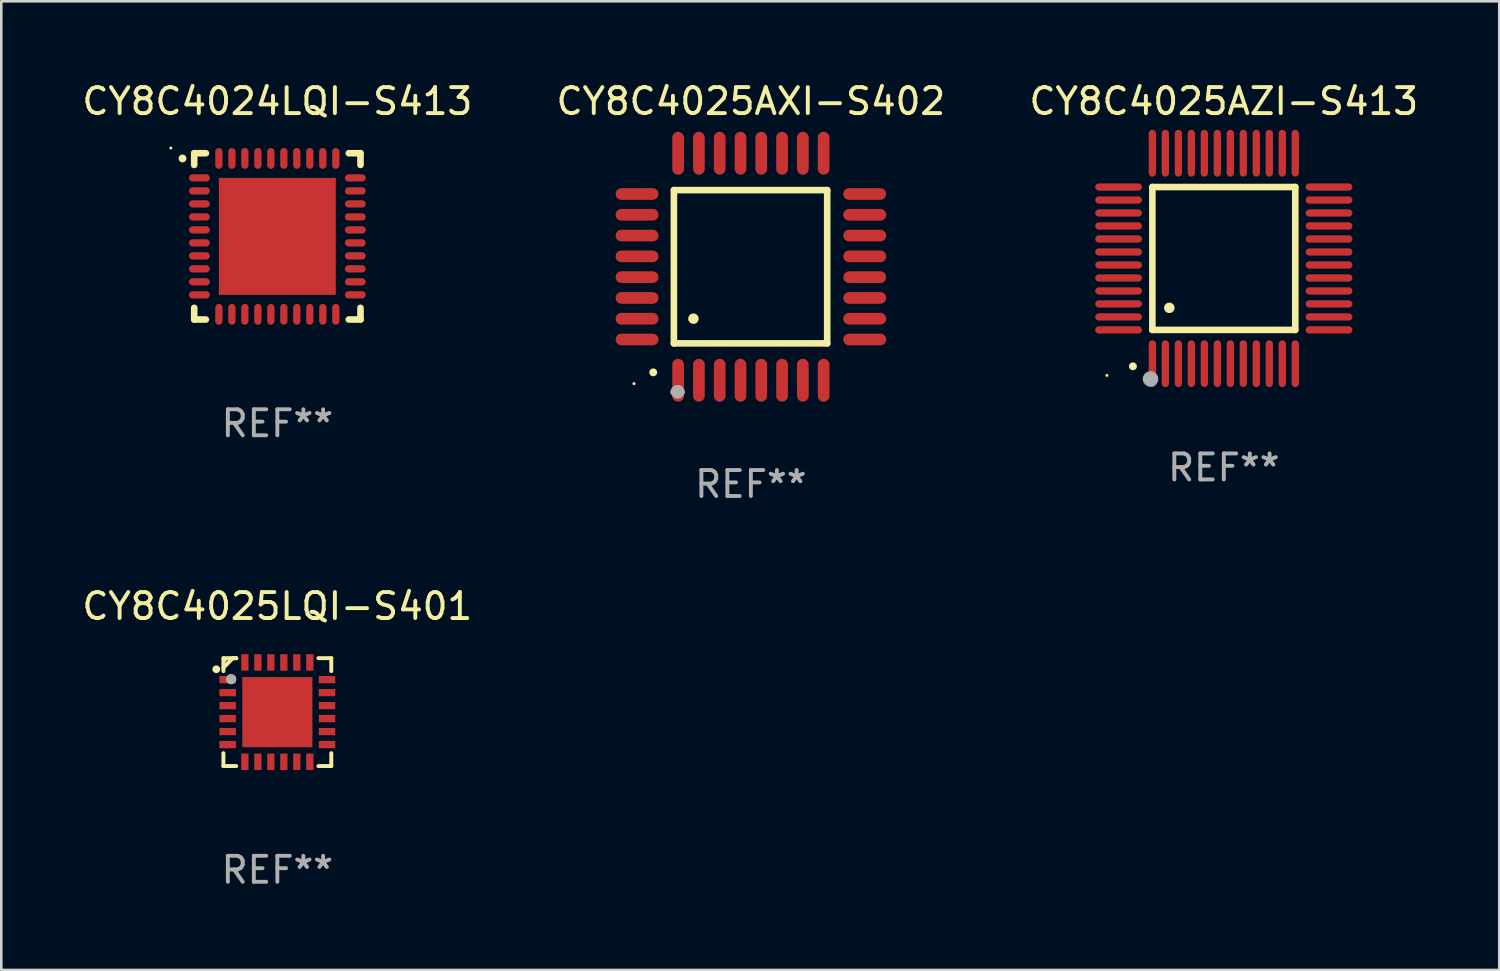
<source format=kicad_pcb>
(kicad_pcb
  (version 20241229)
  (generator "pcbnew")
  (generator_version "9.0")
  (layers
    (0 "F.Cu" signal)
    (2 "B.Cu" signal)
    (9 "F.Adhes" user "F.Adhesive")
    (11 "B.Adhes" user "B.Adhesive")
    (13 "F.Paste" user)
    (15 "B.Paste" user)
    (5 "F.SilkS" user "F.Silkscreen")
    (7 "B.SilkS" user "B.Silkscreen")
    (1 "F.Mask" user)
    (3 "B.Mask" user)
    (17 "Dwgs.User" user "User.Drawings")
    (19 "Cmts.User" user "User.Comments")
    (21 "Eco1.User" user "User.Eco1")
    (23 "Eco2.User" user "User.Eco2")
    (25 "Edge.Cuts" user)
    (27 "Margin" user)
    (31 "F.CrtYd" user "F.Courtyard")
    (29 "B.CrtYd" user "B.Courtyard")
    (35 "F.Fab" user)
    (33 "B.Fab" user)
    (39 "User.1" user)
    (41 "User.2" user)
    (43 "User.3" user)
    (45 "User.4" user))
  (footprint "CY8C4025AXI-S402"
    (layer "F.Cu")
    (at 25.851 7.217)
    (property "Reference" "CY8C4025AXI-S402" (at 0 -6.369 0) (layer "F.SilkS") (effects (font (size 1 1) (thickness 0.15))))
    (attr through_hole)
    (fp_line (start -2.963 -2.95) (end -2.963 2.95) (stroke (width 0.254) (type solid)) (layer "F.SilkS"))
    (fp_line (start -2.963 2.95) (end 2.937 2.95) (stroke (width 0.254) (type solid)) (layer "F.SilkS"))
    (fp_line (start 2.937 -2.95) (end -2.963 -2.95) (stroke (width 0.254) (type solid)) (layer "F.SilkS"))
    (fp_line (start 2.937 2.95) (end 2.937 -2.95) (stroke (width 0.254) (type solid)) (layer "F.SilkS"))
    (fp_arc (start -3.759208 4.064008) (mid -3.757938 4.064003) (end -3.756668 4.064008) (stroke (width 0.3) (type solid)) (layer "F.SilkS"))
    (fp_arc (start -2.212344 1.998984) (mid -2.211074 1.99898) (end -2.209804 1.998984) (stroke (width 0.4) (type solid)) (layer "F.SilkS"))
    (fp_circle (center -4.5 4.5) (end -4.47 4.5) (stroke (width 0.06) (type solid)) (fill no) (layer "F.SilkS"))
    (fp_arc (start -2.967489 4.82601) (mid -2.819406 4.677927) (end -2.671323 4.82601) (stroke (width 0.254001) (type solid)) (layer "F.Fab"))
    (fp_arc (start -2.967488 4.82601) (mid -2.819406 4.791053) (end -2.671324 4.82601) (stroke (width 0.254001) (type solid)) (layer "F.Fab"))
    (fp_circle (center -2.819 4.826) (end -2.692 4.826) (stroke (width 0.254) (type solid)) (fill no) (layer "F.Fab"))
    (fp_text user "REF**" (at 0 8.369 0) (layer "F.Fab") (effects (font (size 1 1) (thickness 0.15))))
    (pad "1" smd oval (at -2.8 4.369) (size 0.45 1.65) (layers "F.Cu" "F.Mask" "F.Paste"))
    (pad "2" smd oval (at -2 4.369) (size 0.45 1.65) (layers "F.Cu" "F.Mask" "F.Paste"))
    (pad "3" smd oval (at -1.2 4.369) (size 0.45 1.65) (layers "F.Cu" "F.Mask" "F.Paste"))
    (pad "4" smd oval (at -0.4 4.369) (size 0.45 1.65) (layers "F.Cu" "F.Mask" "F.Paste"))
    (pad "5" smd oval (at 0.4 4.369) (size 0.45 1.65) (layers "F.Cu" "F.Mask" "F.Paste"))
    (pad "6" smd oval (at 1.2 4.369) (size 0.45 1.65) (layers "F.Cu" "F.Mask" "F.Paste"))
    (pad "7" smd oval (at 2 4.369) (size 0.45 1.65) (layers "F.Cu" "F.Mask" "F.Paste"))
    (pad "8" smd oval (at 2.8 4.369) (size 0.45 1.65) (layers "F.Cu" "F.Mask" "F.Paste"))
    (pad "9" smd oval (at 4.382 2.8) (size 1.65 0.45) (layers "F.Cu" "F.Mask" "F.Paste"))
    (pad "10" smd oval (at 4.382 2) (size 1.65 0.45) (layers "F.Cu" "F.Mask" "F.Paste"))
    (pad "11" smd oval (at 4.382 1.2) (size 1.65 0.45) (layers "F.Cu" "F.Mask" "F.Paste"))
    (pad "12" smd oval (at 4.382 0.4) (size 1.65 0.45) (layers "F.Cu" "F.Mask" "F.Paste"))
    (pad "13" smd oval (at 4.382 -0.4) (size 1.65 0.45) (layers "F.Cu" "F.Mask" "F.Paste"))
    (pad "14" smd oval (at 4.382 -1.2) (size 1.65 0.45) (layers "F.Cu" "F.Mask" "F.Paste"))
    (pad "15" smd oval (at 4.382 -2) (size 1.65 0.45) (layers "F.Cu" "F.Mask" "F.Paste"))
    (pad "16" smd oval (at 4.382 -2.8) (size 1.65 0.45) (layers "F.Cu" "F.Mask" "F.Paste"))
    (pad "17" smd oval (at 2.8 -4.369) (size 0.45 1.65) (layers "F.Cu" "F.Mask" "F.Paste"))
    (pad "18" smd oval (at 2 -4.369) (size 0.45 1.65) (layers "F.Cu" "F.Mask" "F.Paste"))
    (pad "19" smd oval (at 1.2 -4.369) (size 0.45 1.65) (layers "F.Cu" "F.Mask" "F.Paste"))
    (pad "20" smd oval (at 0.4 -4.369) (size 0.45 1.65) (layers "F.Cu" "F.Mask" "F.Paste"))
    (pad "21" smd oval (at -0.4 -4.369) (size 0.45 1.65) (layers "F.Cu" "F.Mask" "F.Paste"))
    (pad "22" smd oval (at -1.2 -4.369) (size 0.45 1.65) (layers "F.Cu" "F.Mask" "F.Paste"))
    (pad "23" smd oval (at -2 -4.369) (size 0.45 1.65) (layers "F.Cu" "F.Mask" "F.Paste"))
    (pad "24" smd oval (at -2.8 -4.369) (size 0.45 1.65) (layers "F.Cu" "F.Mask" "F.Paste"))
    (pad "25" smd oval (at -4.382 -2.8) (size 1.65 0.45) (layers "F.Cu" "F.Mask" "F.Paste"))
    (pad "26" smd oval (at -4.382 -2) (size 1.65 0.45) (layers "F.Cu" "F.Mask" "F.Paste"))
    (pad "27" smd oval (at -4.382 -1.2) (size 1.65 0.45) (layers "F.Cu" "F.Mask" "F.Paste"))
    (pad "28" smd oval (at -4.382 -0.4) (size 1.65 0.45) (layers "F.Cu" "F.Mask" "F.Paste"))
    (pad "29" smd oval (at -4.382 0.4) (size 1.65 0.45) (layers "F.Cu" "F.Mask" "F.Paste"))
    (pad "30" smd oval (at -4.382 1.2) (size 1.65 0.45) (layers "F.Cu" "F.Mask" "F.Paste"))
    (pad "31" smd oval (at -4.382 2) (size 1.65 0.45) (layers "F.Cu" "F.Mask" "F.Paste"))
    (pad "32" smd oval (at -4.382 2.8) (size 1.65 0.45) (layers "F.Cu" "F.Mask" "F.Paste")))
  (footprint "CY8C4025LQI-S401"
    (layer "F.Cu")
    (at 7.625 24.359)
    (property "Reference" "CY8C4025LQI-S401" (at 0 -4.076 0) (layer "F.SilkS") (effects (font (size 1 1) (thickness 0.15))))
    (attr through_hole)
    (fp_line (start -2.076 -2.076) (end -2.076 -1.58) (stroke (width 0.152) (type solid)) (layer "F.SilkS"))
    (fp_line (start -2.076 2.076) (end -2.076 1.58) (stroke (width 0.152) (type solid)) (layer "F.SilkS"))
    (fp_line (start -1.713 -2.076) (end -2.076 -1.713) (stroke (width 0.152) (type solid)) (layer "F.SilkS"))
    (fp_line (start -1.58 -2.076) (end -2.076 -2.076) (stroke (width 0.152) (type solid)) (layer "F.SilkS"))
    (fp_line (start -1.58 -2.076) (end -1.713 -2.076) (stroke (width 0.152) (type solid)) (layer "F.SilkS"))
    (fp_line (start -1.58 2.076) (end -2.076 2.076) (stroke (width 0.152) (type solid)) (layer "F.SilkS"))
    (fp_line (start 1.58 -2.076) (end 2.076 -2.076) (stroke (width 0.152) (type solid)) (layer "F.SilkS"))
    (fp_line (start 1.58 2.076) (end 2.076 2.076) (stroke (width 0.152) (type solid)) (layer "F.SilkS"))
    (fp_line (start 2.076 -2.076) (end 2.076 -1.58) (stroke (width 0.152) (type solid)) (layer "F.SilkS"))
    (fp_line (start 2.076 2.076) (end 2.076 1.58) (stroke (width 0.152) (type solid)) (layer "F.SilkS"))
    (fp_circle (center -2.35 -1.65) (end -2.275 -1.65) (stroke (width 0.15) (type solid)) (fill no) (layer "F.SilkS"))
    (fp_circle (center -2 -2) (end -1.97 -2) (stroke (width 0.06) (type solid)) (fill no) (layer "F.SilkS"))
    (fp_circle (center -1.778 -1.27) (end -1.678 -1.27) (stroke (width 0.2) (type solid)) (fill no) (layer "F.Fab"))
    (fp_text user "REF**" (at 0 6.076 0) (layer "F.Fab") (effects (font (size 1 1) (thickness 0.15))))
    (pad "1" smd rect (at -1.912 -1.25) (size 0.633 0.28) (layers "F.Cu" "F.Mask" "F.Paste"))
    (pad "2" smd rect (at -1.912 -0.75) (size 0.633 0.28) (layers "F.Cu" "F.Mask" "F.Paste"))
    (pad "3" smd rect (at -1.912 -0.25) (size 0.633 0.28) (layers "F.Cu" "F.Mask" "F.Paste"))
    (pad "4" smd rect (at -1.912 0.25) (size 0.633 0.28) (layers "F.Cu" "F.Mask" "F.Paste"))
    (pad "5" smd rect (at -1.912 0.75) (size 0.633 0.28) (layers "F.Cu" "F.Mask" "F.Paste"))
    (pad "6" smd rect (at -1.912 1.25) (size 0.633 0.28) (layers "F.Cu" "F.Mask" "F.Paste"))
    (pad "7" smd rect (at -1.25 1.912) (size 0.28 0.633) (layers "F.Cu" "F.Mask" "F.Paste"))
    (pad "8" smd rect (at -0.75 1.912) (size 0.28 0.633) (layers "F.Cu" "F.Mask" "F.Paste"))
    (pad "9" smd rect (at -0.25 1.912) (size 0.28 0.633) (layers "F.Cu" "F.Mask" "F.Paste"))
    (pad "10" smd rect (at 0.25 1.912) (size 0.28 0.633) (layers "F.Cu" "F.Mask" "F.Paste"))
    (pad "11" smd rect (at 0.75 1.912) (size 0.28 0.633) (layers "F.Cu" "F.Mask" "F.Paste"))
    (pad "12" smd rect (at 1.25 1.912) (size 0.28 0.633) (layers "F.Cu" "F.Mask" "F.Paste"))
    (pad "13" smd rect (at 1.912 1.25) (size 0.633 0.28) (layers "F.Cu" "F.Mask" "F.Paste"))
    (pad "14" smd rect (at 1.912 0.75) (size 0.633 0.28) (layers "F.Cu" "F.Mask" "F.Paste"))
    (pad "15" smd rect (at 1.912 0.25) (size 0.633 0.28) (layers "F.Cu" "F.Mask" "F.Paste"))
    (pad "16" smd rect (at 1.912 -0.25) (size 0.633 0.28) (layers "F.Cu" "F.Mask" "F.Paste"))
    (pad "17" smd rect (at 1.912 -0.75) (size 0.633 0.28) (layers "F.Cu" "F.Mask" "F.Paste"))
    (pad "18" smd rect (at 1.912 -1.25) (size 0.633 0.28) (layers "F.Cu" "F.Mask" "F.Paste"))
    (pad "19" smd rect (at 1.25 -1.912) (size 0.28 0.633) (layers "F.Cu" "F.Mask" "F.Paste"))
    (pad "20" smd rect (at 0.75 -1.912) (size 0.28 0.633) (layers "F.Cu" "F.Mask" "F.Paste"))
    (pad "21" smd rect (at 0.25 -1.912) (size 0.28 0.633) (layers "F.Cu" "F.Mask" "F.Paste"))
    (pad "22" smd rect (at -0.25 -1.912) (size 0.28 0.633) (layers "F.Cu" "F.Mask" "F.Paste"))
    (pad "23" smd rect (at -0.75 -1.912) (size 0.28 0.633) (layers "F.Cu" "F.Mask" "F.Paste"))
    (pad "24" smd rect (at -1.25 -1.912) (size 0.28 0.633) (layers "F.Cu" "F.Mask" "F.Paste"))
    (pad "25" smd rect (at 0 0) (size 2.7 2.7) (layers "F.Cu" "F.Mask" "F.Paste")))
  (footprint "CY8C4024LQI-S413"
    (layer "F.Cu")
    (at 7.625 6.048)
    (property "Reference" "CY8C4024LQI-S413" (at 0 -5.2 0) (layer "F.SilkS") (effects (font (size 1 1) (thickness 0.15))))
    (attr through_hole)
    (fp_line (start -3.2 -3.2) (end -2.75 -3.2) (stroke (width 0.254) (type solid)) (layer "F.SilkS"))
    (fp_line (start -3.2 -2.75) (end -3.2 -3.2) (stroke (width 0.254) (type solid)) (layer "F.SilkS"))
    (fp_line (start -3.2 3.2) (end -3.2 2.75) (stroke (width 0.254) (type solid)) (layer "F.SilkS"))
    (fp_line (start -2.75 3.2) (end -3.2 3.2) (stroke (width 0.254) (type solid)) (layer "F.SilkS"))
    (fp_line (start 2.75 3.2) (end 3.2 3.2) (stroke (width 0.254) (type solid)) (layer "F.SilkS"))
    (fp_line (start 3.2 -3.2) (end 2.75 -3.2) (stroke (width 0.254) (type solid)) (layer "F.SilkS"))
    (fp_line (start 3.2 -2.75) (end 3.2 -3.2) (stroke (width 0.254) (type solid)) (layer "F.SilkS"))
    (fp_line (start 3.2 3.2) (end 3.2 2.75) (stroke (width 0.254) (type solid)) (layer "F.SilkS"))
    (fp_arc (start -3.649987 -2.997206) (mid -3.649992 -2.998476) (end -3.649987 -2.999746) (stroke (width 0.3) (type solid)) (layer "F.SilkS"))
    (fp_circle (center -4.1 -3.4) (end -4.07 -3.4) (stroke (width 0.06) (type solid)) (fill no) (layer "F.SilkS"))
    (fp_text user "REF**" (at 0 7.2 0) (layer "F.Fab") (effects (font (size 1 1) (thickness 0.15))))
    (pad "1" smd oval (at -3 -2.25 90) (size 0.28 0.8) (layers "F.Cu" "F.Mask" "F.Paste"))
    (pad "2" smd oval (at -3 -1.75 90) (size 0.28 0.8) (layers "F.Cu" "F.Mask" "F.Paste"))
    (pad "3" smd oval (at -3 -1.25 90) (size 0.28 0.8) (layers "F.Cu" "F.Mask" "F.Paste"))
    (pad "4" smd oval (at -3 -0.75 90) (size 0.28 0.8) (layers "F.Cu" "F.Mask" "F.Paste"))
    (pad "5" smd oval (at -3 -0.25 90) (size 0.28 0.8) (layers "F.Cu" "F.Mask" "F.Paste"))
    (pad "6" smd oval (at -3 0.25 90) (size 0.28 0.8) (layers "F.Cu" "F.Mask" "F.Paste"))
    (pad "7" smd oval (at -3 0.75 90) (size 0.28 0.8) (layers "F.Cu" "F.Mask" "F.Paste"))
    (pad "8" smd oval (at -3 1.25 90) (size 0.28 0.8) (layers "F.Cu" "F.Mask" "F.Paste"))
    (pad "9" smd oval (at -3 1.75 90) (size 0.28 0.8) (layers "F.Cu" "F.Mask" "F.Paste"))
    (pad "10" smd oval (at -3 2.25 90) (size 0.28 0.8) (layers "F.Cu" "F.Mask" "F.Paste"))
    (pad "11" smd oval (at -2.25 3) (size 0.28 0.8) (layers "F.Cu" "F.Mask" "F.Paste"))
    (pad "12" smd oval (at -1.75 3) (size 0.28 0.8) (layers "F.Cu" "F.Mask" "F.Paste"))
    (pad "13" smd oval (at -1.25 3) (size 0.28 0.8) (layers "F.Cu" "F.Mask" "F.Paste"))
    (pad "14" smd oval (at -0.75 3) (size 0.28 0.8) (layers "F.Cu" "F.Mask" "F.Paste"))
    (pad "15" smd oval (at -0.25 3) (size 0.28 0.8) (layers "F.Cu" "F.Mask" "F.Paste"))
    (pad "16" smd oval (at 0.25 3) (size 0.28 0.8) (layers "F.Cu" "F.Mask" "F.Paste"))
    (pad "17" smd oval (at 0.75 3) (size 0.28 0.8) (layers "F.Cu" "F.Mask" "F.Paste"))
    (pad "18" smd oval (at 1.25 3) (size 0.28 0.8) (layers "F.Cu" "F.Mask" "F.Paste"))
    (pad "19" smd oval (at 1.75 3) (size 0.28 0.8) (layers "F.Cu" "F.Mask" "F.Paste"))
    (pad "20" smd oval (at 2.25 3) (size 0.28 0.8) (layers "F.Cu" "F.Mask" "F.Paste"))
    (pad "21" smd oval (at 3 2.25 90) (size 0.28 0.8) (layers "F.Cu" "F.Mask" "F.Paste"))
    (pad "22" smd oval (at 3 1.75 90) (size 0.28 0.8) (layers "F.Cu" "F.Mask" "F.Paste"))
    (pad "23" smd oval (at 3 1.25 90) (size 0.28 0.8) (layers "F.Cu" "F.Mask" "F.Paste"))
    (pad "24" smd oval (at 3 0.75 90) (size 0.28 0.8) (layers "F.Cu" "F.Mask" "F.Paste"))
    (pad "25" smd oval (at 3 0.25 90) (size 0.28 0.8) (layers "F.Cu" "F.Mask" "F.Paste"))
    (pad "26" smd oval (at 3 -0.25 90) (size 0.28 0.8) (layers "F.Cu" "F.Mask" "F.Paste"))
    (pad "27" smd oval (at 3 -0.75 90) (size 0.28 0.8) (layers "F.Cu" "F.Mask" "F.Paste"))
    (pad "28" smd oval (at 3 -1.25 90) (size 0.28 0.8) (layers "F.Cu" "F.Mask" "F.Paste"))
    (pad "29" smd oval (at 3 -1.75 90) (size 0.28 0.8) (layers "F.Cu" "F.Mask" "F.Paste"))
    (pad "30" smd oval (at 3 -2.25 90) (size 0.28 0.8) (layers "F.Cu" "F.Mask" "F.Paste"))
    (pad "31" smd oval (at 2.25 -3) (size 0.28 0.8) (layers "F.Cu" "F.Mask" "F.Paste"))
    (pad "32" smd oval (at 1.75 -3) (size 0.28 0.8) (layers "F.Cu" "F.Mask" "F.Paste"))
    (pad "33" smd oval (at 1.25 -3) (size 0.28 0.8) (layers "F.Cu" "F.Mask" "F.Paste"))
    (pad "34" smd oval (at 0.75 -3) (size 0.28 0.8) (layers "F.Cu" "F.Mask" "F.Paste"))
    (pad "35" smd oval (at 0.25 -3) (size 0.28 0.8) (layers "F.Cu" "F.Mask" "F.Paste"))
    (pad "36" smd oval (at -0.25 -3) (size 0.28 0.8) (layers "F.Cu" "F.Mask" "F.Paste"))
    (pad "37" smd oval (at -0.75 -3) (size 0.28 0.8) (layers "F.Cu" "F.Mask" "F.Paste"))
    (pad "38" smd oval (at -1.25 -3) (size 0.28 0.8) (layers "F.Cu" "F.Mask" "F.Paste"))
    (pad "39" smd oval (at -1.75 -3) (size 0.28 0.8) (layers "F.Cu" "F.Mask" "F.Paste"))
    (pad "40" smd oval (at -2.25 -3) (size 0.28 0.8) (layers "F.Cu" "F.Mask" "F.Paste"))
    (pad "41" smd rect (at 0 0) (size 4.5 4.5) (layers "F.Cu" "F.Mask" "F.Paste")))
  (footprint "CY8C4025AZI-S413"
    (layer "F.Cu")
    (at 44.054 6.898)
    (property "Reference" "CY8C4025AZI-S413" (at 0 -6.05 0) (layer "F.SilkS") (effects (font (size 1 1) (thickness 0.15))))
    (attr through_hole)
    (fp_line (start -2.75 -2.75) (end 2.75 -2.75) (stroke (width 0.254) (type solid)) (layer "F.SilkS"))
    (fp_line (start -2.75 2.75) (end -2.75 -2.75) (stroke (width 0.254) (type solid)) (layer "F.SilkS"))
    (fp_line (start 2.75 -2.75) (end 2.75 2.75) (stroke (width 0.254) (type solid)) (layer "F.SilkS"))
    (fp_line (start 2.75 2.75) (end -2.75 2.75) (stroke (width 0.254) (type solid)) (layer "F.SilkS"))
    (fp_arc (start -3.500127 4.150368) (mid -3.498857 4.150363) (end -3.497587 4.150368) (stroke (width 0.3) (type solid)) (layer "F.SilkS"))
    (fp_arc (start -2.100584 1.899924) (mid -2.098044 1.899908) (end -2.095504 1.899924) (stroke (width 0.4) (type solid)) (layer "F.SilkS"))
    (fp_circle (center -4.5 4.5) (end -4.47 4.5) (stroke (width 0.06) (type solid)) (fill no) (layer "F.SilkS"))
    (fp_circle (center -2.822 4.638) (end -2.672 4.638) (stroke (width 0.3) (type solid)) (fill no) (layer "F.Fab"))
    (fp_text user "REF**" (at 0 8.05 0) (layer "F.Fab") (effects (font (size 1 1) (thickness 0.15))))
    (pad "1" smd oval (at -2.75 4.05) (size 0.28 1.8) (layers "F.Cu" "F.Mask" "F.Paste"))
    (pad "2" smd oval (at -2.25 4.05) (size 0.28 1.8) (layers "F.Cu" "F.Mask" "F.Paste"))
    (pad "3" smd oval (at -1.75 4.05) (size 0.28 1.8) (layers "F.Cu" "F.Mask" "F.Paste"))
    (pad "4" smd oval (at -1.25 4.05) (size 0.28 1.8) (layers "F.Cu" "F.Mask" "F.Paste"))
    (pad "5" smd oval (at -0.75 4.05) (size 0.28 1.8) (layers "F.Cu" "F.Mask" "F.Paste"))
    (pad "6" smd oval (at -0.25 4.05) (size 0.28 1.8) (layers "F.Cu" "F.Mask" "F.Paste"))
    (pad "7" smd oval (at 0.25 4.05) (size 0.28 1.8) (layers "F.Cu" "F.Mask" "F.Paste"))
    (pad "8" smd oval (at 0.75 4.05) (size 0.28 1.8) (layers "F.Cu" "F.Mask" "F.Paste"))
    (pad "9" smd oval (at 1.25 4.05) (size 0.28 1.8) (layers "F.Cu" "F.Mask" "F.Paste"))
    (pad "10" smd oval (at 1.75 4.05) (size 0.28 1.8) (layers "F.Cu" "F.Mask" "F.Paste"))
    (pad "11" smd oval (at 2.25 4.05) (size 0.28 1.8) (layers "F.Cu" "F.Mask" "F.Paste"))
    (pad "12" smd oval (at 2.75 4.05) (size 0.28 1.8) (layers "F.Cu" "F.Mask" "F.Paste"))
    (pad "13" smd oval (at 4.05 2.75) (size 1.8 0.28) (layers "F.Cu" "F.Mask" "F.Paste"))
    (pad "14" smd oval (at 4.05 2.25) (size 1.8 0.28) (layers "F.Cu" "F.Mask" "F.Paste"))
    (pad "15" smd oval (at 4.05 1.75) (size 1.8 0.28) (layers "F.Cu" "F.Mask" "F.Paste"))
    (pad "16" smd oval (at 4.05 1.25) (size 1.8 0.28) (layers "F.Cu" "F.Mask" "F.Paste"))
    (pad "17" smd oval (at 4.05 0.75) (size 1.8 0.28) (layers "F.Cu" "F.Mask" "F.Paste"))
    (pad "18" smd oval (at 4.05 0.25) (size 1.8 0.28) (layers "F.Cu" "F.Mask" "F.Paste"))
    (pad "19" smd oval (at 4.05 -0.25) (size 1.8 0.28) (layers "F.Cu" "F.Mask" "F.Paste"))
    (pad "20" smd oval (at 4.05 -0.75) (size 1.8 0.28) (layers "F.Cu" "F.Mask" "F.Paste"))
    (pad "21" smd oval (at 4.05 -1.25) (size 1.8 0.28) (layers "F.Cu" "F.Mask" "F.Paste"))
    (pad "22" smd oval (at 4.05 -1.75) (size 1.8 0.28) (layers "F.Cu" "F.Mask" "F.Paste"))
    (pad "23" smd oval (at 4.05 -2.25) (size 1.8 0.28) (layers "F.Cu" "F.Mask" "F.Paste"))
    (pad "24" smd oval (at 4.05 -2.75) (size 1.8 0.28) (layers "F.Cu" "F.Mask" "F.Paste"))
    (pad "25" smd oval (at 2.75 -4.05) (size 0.28 1.8) (layers "F.Cu" "F.Mask" "F.Paste"))
    (pad "26" smd oval (at 2.25 -4.05) (size 0.28 1.8) (layers "F.Cu" "F.Mask" "F.Paste"))
    (pad "27" smd oval (at 1.75 -4.05) (size 0.28 1.8) (layers "F.Cu" "F.Mask" "F.Paste"))
    (pad "28" smd oval (at 1.25 -4.05) (size 0.28 1.8) (layers "F.Cu" "F.Mask" "F.Paste"))
    (pad "29" smd oval (at 0.75 -4.05) (size 0.28 1.8) (layers "F.Cu" "F.Mask" "F.Paste"))
    (pad "30" smd oval (at 0.25 -4.05) (size 0.28 1.8) (layers "F.Cu" "F.Mask" "F.Paste"))
    (pad "31" smd oval (at -0.25 -4.05) (size 0.28 1.8) (layers "F.Cu" "F.Mask" "F.Paste"))
    (pad "32" smd oval (at -0.75 -4.05) (size 0.28 1.8) (layers "F.Cu" "F.Mask" "F.Paste"))
    (pad "33" smd oval (at -1.25 -4.05) (size 0.28 1.8) (layers "F.Cu" "F.Mask" "F.Paste"))
    (pad "34" smd oval (at -1.75 -4.05) (size 0.28 1.8) (layers "F.Cu" "F.Mask" "F.Paste"))
    (pad "35" smd oval (at -2.25 -4.05) (size 0.28 1.8) (layers "F.Cu" "F.Mask" "F.Paste"))
    (pad "36" smd oval (at -2.75 -4.05) (size 0.28 1.8) (layers "F.Cu" "F.Mask" "F.Paste"))
    (pad "37" smd oval (at -4.05 -2.75) (size 1.8 0.28) (layers "F.Cu" "F.Mask" "F.Paste"))
    (pad "38" smd oval (at -4.05 -2.25) (size 1.8 0.28) (layers "F.Cu" "F.Mask" "F.Paste"))
    (pad "39" smd oval (at -4.05 -1.75) (size 1.8 0.28) (layers "F.Cu" "F.Mask" "F.Paste"))
    (pad "40" smd oval (at -4.05 -1.25) (size 1.8 0.28) (layers "F.Cu" "F.Mask" "F.Paste"))
    (pad "41" smd oval (at -4.05 -0.75) (size 1.8 0.28) (layers "F.Cu" "F.Mask" "F.Paste"))
    (pad "42" smd oval (at -4.05 -0.25) (size 1.8 0.28) (layers "F.Cu" "F.Mask" "F.Paste"))
    (pad "43" smd oval (at -4.05 0.25) (size 1.8 0.28) (layers "F.Cu" "F.Mask" "F.Paste"))
    (pad "44" smd oval (at -4.05 0.75) (size 1.8 0.28) (layers "F.Cu" "F.Mask" "F.Paste"))
    (pad "45" smd oval (at -4.05 1.25) (size 1.8 0.28) (layers "F.Cu" "F.Mask" "F.Paste"))
    (pad "46" smd oval (at -4.05 1.75) (size 1.8 0.28) (layers "F.Cu" "F.Mask" "F.Paste"))
    (pad "47" smd oval (at -4.05 2.25) (size 1.8 0.28) (layers "F.Cu" "F.Mask" "F.Paste"))
    (pad "48" smd oval (at -4.05 2.75) (size 1.8 0.28) (layers "F.Cu" "F.Mask" "F.Paste")))
  (gr_rect
    (start -3 -3)
    (end 54.655 34.283)
    (stroke (width 0.1) (type default))
    (fill no)
    (layer "Edge.Cuts")))
</source>
